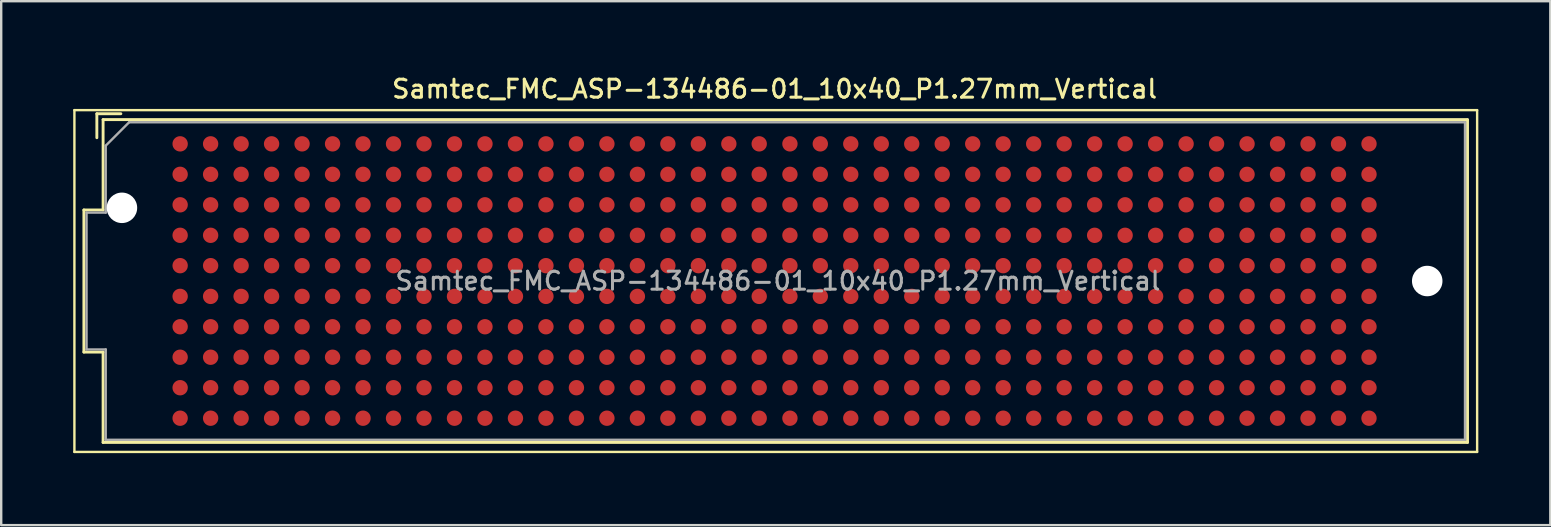
<source format=kicad_pcb>
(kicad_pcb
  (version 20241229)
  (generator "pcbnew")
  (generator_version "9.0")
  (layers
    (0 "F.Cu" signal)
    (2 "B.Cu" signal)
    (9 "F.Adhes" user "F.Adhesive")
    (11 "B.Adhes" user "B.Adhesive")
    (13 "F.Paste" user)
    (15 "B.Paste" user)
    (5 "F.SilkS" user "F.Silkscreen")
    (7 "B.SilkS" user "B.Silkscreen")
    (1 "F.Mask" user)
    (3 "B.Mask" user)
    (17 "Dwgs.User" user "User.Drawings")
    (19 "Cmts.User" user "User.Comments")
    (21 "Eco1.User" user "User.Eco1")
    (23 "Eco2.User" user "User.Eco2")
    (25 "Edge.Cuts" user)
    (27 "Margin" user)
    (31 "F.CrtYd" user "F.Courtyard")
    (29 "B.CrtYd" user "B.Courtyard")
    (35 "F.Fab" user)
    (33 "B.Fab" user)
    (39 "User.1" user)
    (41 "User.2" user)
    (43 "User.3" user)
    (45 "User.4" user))
  (footprint "Samtec_FMC_ASP-134486-01_10x40_P1.27mm_Vertical"
    (layer "F.Cu")
    (at 29.22 8.658)
    (property "Reference" "Samtec_FMC_ASP-134486-01_10x40_P1.27mm_Vertical" (at 0 -8 0) (layer "F.SilkS") (effects (font (size 0.75 0.75) (thickness 0.125))))
    (attr smd)
    (fp_line (start -29.17 -7.12) (end -29.17 7.12) (stroke (width 0.1) (type solid)) (layer "F.SilkS"))
    (fp_line (start -29.17 -7.12) (end 29.27 -7.12) (stroke (width 0.1) (type solid)) (layer "F.SilkS"))
    (fp_line (start -29.17 7.12) (end 29.27 7.12) (stroke (width 0.1) (type solid)) (layer "F.SilkS"))
    (fp_line (start -28.775 -2.96) (end -27.975 -2.96) (stroke (width 0.12) (type solid)) (layer "F.SilkS"))
    (fp_line (start -28.775 2.96) (end -28.775 -2.96) (stroke (width 0.12) (type solid)) (layer "F.SilkS"))
    (fp_line (start -28.235 -6.97) (end -28.235 -5.97) (stroke (width 0.12) (type solid)) (layer "F.SilkS"))
    (fp_line (start -27.975 -6.725) (end 28.865 -6.725) (stroke (width 0.12) (type solid)) (layer "F.SilkS"))
    (fp_line (start -27.975 -2.96) (end -27.975 -6.725) (stroke (width 0.12) (type solid)) (layer "F.SilkS"))
    (fp_line (start -27.975 2.96) (end -28.775 2.96) (stroke (width 0.12) (type solid)) (layer "F.SilkS"))
    (fp_line (start -27.975 6.725) (end -27.975 2.96) (stroke (width 0.12) (type solid)) (layer "F.SilkS"))
    (fp_line (start -27.235 -6.97) (end -28.235 -6.97) (stroke (width 0.12) (type solid)) (layer "F.SilkS"))
    (fp_line (start 28.87 -6.72) (end 28.87 6.72) (stroke (width 0.12) (type solid)) (layer "F.SilkS"))
    (fp_line (start 28.87 6.725) (end -27.975 6.725) (stroke (width 0.12) (type solid)) (layer "F.SilkS"))
    (fp_line (start 29.27 -7.12) (end 29.27 7.12) (stroke (width 0.1) (type solid)) (layer "F.SilkS"))
    (fp_line (start -28.665 -2.85) (end -28.665 2.85) (stroke (width 0.1) (type solid)) (layer "F.Fab"))
    (fp_line (start -27.865 -2.85) (end -28.665 -2.85) (stroke (width 0.1) (type solid)) (layer "F.Fab"))
    (fp_line (start -27.865 -2.85) (end -27.865 -5.63) (stroke (width 0.1) (type solid)) (layer "F.Fab"))
    (fp_line (start -27.865 2.85) (end -28.665 2.85) (stroke (width 0.1) (type solid)) (layer "F.Fab"))
    (fp_line (start -27.865 2.85) (end -27.865 6.615) (stroke (width 0.1) (type solid)) (layer "F.Fab"))
    (fp_line (start -26.885 -6.62) (end -27.865 -5.64) (stroke (width 0.1) (type solid)) (layer "F.Fab"))
    (fp_line (start 28.765 -6.615) (end -26.885 -6.615) (stroke (width 0.1) (type solid)) (layer "F.Fab"))
    (fp_line (start 28.765 -6.615) (end 28.765 6.615) (stroke (width 0.1) (type solid)) (layer "F.Fab"))
    (fp_line (start 28.765 6.615) (end -27.865 6.615) (stroke (width 0.1) (type solid)) (layer "F.Fab"))
    (fp_text user "${REFERENCE}" (at 0.14 0 0) (layer "F.Fab") (effects (font (size 0.75 0.75) (thickness 0.125))))
    (pad "" np_thru_hole circle (at -27.19 -3.05) (size 1.27 1.27) (drill 1.27) (layers "*.Cu" "*.Mask"))
    (pad "" np_thru_hole circle (at 27.191 0) (size 1.27 1.27) (drill 1.27) (layers "*.Cu" "*.Mask"))
    (pad "A1" smd circle (at -24.765 -5.715) (size 0.64 0.64) (layers "F.Cu" "F.Mask" "F.Paste"))
    (pad "A2" smd circle (at -23.495 -5.715) (size 0.64 0.64) (layers "F.Cu" "F.Mask" "F.Paste"))
    (pad "A3" smd circle (at -22.225 -5.715) (size 0.64 0.64) (layers "F.Cu" "F.Mask" "F.Paste"))
    (pad "A4" smd circle (at -20.955 -5.715) (size 0.64 0.64) (layers "F.Cu" "F.Mask" "F.Paste"))
    (pad "A5" smd circle (at -19.685 -5.715) (size 0.64 0.64) (layers "F.Cu" "F.Mask" "F.Paste"))
    (pad "A6" smd circle (at -18.415 -5.715) (size 0.64 0.64) (layers "F.Cu" "F.Mask" "F.Paste"))
    (pad "A7" smd circle (at -17.145 -5.715) (size 0.64 0.64) (layers "F.Cu" "F.Mask" "F.Paste"))
    (pad "A8" smd circle (at -15.875 -5.715) (size 0.64 0.64) (layers "F.Cu" "F.Mask" "F.Paste"))
    (pad "A9" smd circle (at -14.605 -5.715) (size 0.64 0.64) (layers "F.Cu" "F.Mask" "F.Paste"))
    (pad "A10" smd circle (at -13.335 -5.715) (size 0.64 0.64) (layers "F.Cu" "F.Mask" "F.Paste"))
    (pad "A11" smd circle (at -12.065 -5.715) (size 0.64 0.64) (layers "F.Cu" "F.Mask" "F.Paste"))
    (pad "A12" smd circle (at -10.795 -5.715) (size 0.64 0.64) (layers "F.Cu" "F.Mask" "F.Paste"))
    (pad "A13" smd circle (at -9.525 -5.715) (size 0.64 0.64) (layers "F.Cu" "F.Mask" "F.Paste"))
    (pad "A14" smd circle (at -8.255 -5.715) (size 0.64 0.64) (layers "F.Cu" "F.Mask" "F.Paste"))
    (pad "A15" smd circle (at -6.985 -5.715) (size 0.64 0.64) (layers "F.Cu" "F.Mask" "F.Paste"))
    (pad "A16" smd circle (at -5.715 -5.715) (size 0.64 0.64) (layers "F.Cu" "F.Mask" "F.Paste"))
    (pad "A17" smd circle (at -4.445 -5.715) (size 0.64 0.64) (layers "F.Cu" "F.Mask" "F.Paste"))
    (pad "A18" smd circle (at -3.175 -5.715) (size 0.64 0.64) (layers "F.Cu" "F.Mask" "F.Paste"))
    (pad "A19" smd circle (at -1.905 -5.715) (size 0.64 0.64) (layers "F.Cu" "F.Mask" "F.Paste"))
    (pad "A20" smd circle (at -0.64 -5.715) (size 0.64 0.64) (layers "F.Cu" "F.Mask" "F.Paste"))
    (pad "A21" smd circle (at 0.64 -5.715) (size 0.64 0.64) (layers "F.Cu" "F.Mask" "F.Paste"))
    (pad "A22" smd circle (at 1.905 -5.715) (size 0.64 0.64) (layers "F.Cu" "F.Mask" "F.Paste"))
    (pad "A23" smd circle (at 3.175 -5.715) (size 0.64 0.64) (layers "F.Cu" "F.Mask" "F.Paste"))
    (pad "A24" smd circle (at 4.445 -5.715) (size 0.64 0.64) (layers "F.Cu" "F.Mask" "F.Paste"))
    (pad "A25" smd circle (at 5.715 -5.715) (size 0.64 0.64) (layers "F.Cu" "F.Mask" "F.Paste"))
    (pad "A26" smd circle (at 6.985 -5.715) (size 0.64 0.64) (layers "F.Cu" "F.Mask" "F.Paste"))
    (pad "A27" smd circle (at 8.255 -5.715) (size 0.64 0.64) (layers "F.Cu" "F.Mask" "F.Paste"))
    (pad "A28" smd circle (at 9.525 -5.715) (size 0.64 0.64) (layers "F.Cu" "F.Mask" "F.Paste"))
    (pad "A29" smd circle (at 10.795 -5.715) (size 0.64 0.64) (layers "F.Cu" "F.Mask" "F.Paste"))
    (pad "A30" smd circle (at 12.065 -5.715) (size 0.64 0.64) (layers "F.Cu" "F.Mask" "F.Paste"))
    (pad "A31" smd circle (at 13.335 -5.715) (size 0.64 0.64) (layers "F.Cu" "F.Mask" "F.Paste"))
    (pad "A32" smd circle (at 14.605 -5.715) (size 0.64 0.64) (layers "F.Cu" "F.Mask" "F.Paste"))
    (pad "A33" smd circle (at 15.875 -5.715) (size 0.64 0.64) (layers "F.Cu" "F.Mask" "F.Paste"))
    (pad "A34" smd circle (at 17.145 -5.715) (size 0.64 0.64) (layers "F.Cu" "F.Mask" "F.Paste"))
    (pad "A35" smd circle (at 18.415 -5.715) (size 0.64 0.64) (layers "F.Cu" "F.Mask" "F.Paste"))
    (pad "A36" smd circle (at 19.685 -5.715) (size 0.64 0.64) (layers "F.Cu" "F.Mask" "F.Paste"))
    (pad "A37" smd circle (at 20.955 -5.715) (size 0.64 0.64) (layers "F.Cu" "F.Mask" "F.Paste"))
    (pad "A38" smd circle (at 22.225 -5.715) (size 0.64 0.64) (layers "F.Cu" "F.Mask" "F.Paste"))
    (pad "A39" smd circle (at 23.495 -5.715) (size 0.64 0.64) (layers "F.Cu" "F.Mask" "F.Paste"))
    (pad "A40" smd circle (at 24.765 -5.715) (size 0.64 0.64) (layers "F.Cu" "F.Mask" "F.Paste"))
    (pad "B1" smd circle (at -24.765 -4.445) (size 0.64 0.64) (layers "F.Cu" "F.Mask" "F.Paste"))
    (pad "B2" smd circle (at -23.495 -4.445) (size 0.64 0.64) (layers "F.Cu" "F.Mask" "F.Paste"))
    (pad "B3" smd circle (at -22.225 -4.445) (size 0.64 0.64) (layers "F.Cu" "F.Mask" "F.Paste"))
    (pad "B4" smd circle (at -20.955 -4.445) (size 0.64 0.64) (layers "F.Cu" "F.Mask" "F.Paste"))
    (pad "B5" smd circle (at -19.685 -4.445) (size 0.64 0.64) (layers "F.Cu" "F.Mask" "F.Paste"))
    (pad "B6" smd circle (at -18.415 -4.445) (size 0.64 0.64) (layers "F.Cu" "F.Mask" "F.Paste"))
    (pad "B7" smd circle (at -17.145 -4.445) (size 0.64 0.64) (layers "F.Cu" "F.Mask" "F.Paste"))
    (pad "B8" smd circle (at -15.875 -4.445) (size 0.64 0.64) (layers "F.Cu" "F.Mask" "F.Paste"))
    (pad "B9" smd circle (at -14.605 -4.445) (size 0.64 0.64) (layers "F.Cu" "F.Mask" "F.Paste"))
    (pad "B10" smd circle (at -13.335 -4.445) (size 0.64 0.64) (layers "F.Cu" "F.Mask" "F.Paste"))
    (pad "B11" smd circle (at -12.065 -4.445) (size 0.64 0.64) (layers "F.Cu" "F.Mask" "F.Paste"))
    (pad "B12" smd circle (at -10.795 -4.445) (size 0.64 0.64) (layers "F.Cu" "F.Mask" "F.Paste"))
    (pad "B13" smd circle (at -9.525 -4.445) (size 0.64 0.64) (layers "F.Cu" "F.Mask" "F.Paste"))
    (pad "B14" smd circle (at -8.255 -4.445) (size 0.64 0.64) (layers "F.Cu" "F.Mask" "F.Paste"))
    (pad "B15" smd circle (at -6.985 -4.445) (size 0.64 0.64) (layers "F.Cu" "F.Mask" "F.Paste"))
    (pad "B16" smd circle (at -5.715 -4.445) (size 0.64 0.64) (layers "F.Cu" "F.Mask" "F.Paste"))
    (pad "B17" smd circle (at -4.445 -4.445) (size 0.64 0.64) (layers "F.Cu" "F.Mask" "F.Paste"))
    (pad "B18" smd circle (at -3.175 -4.445) (size 0.64 0.64) (layers "F.Cu" "F.Mask" "F.Paste"))
    (pad "B19" smd circle (at -1.905 -4.445) (size 0.64 0.64) (layers "F.Cu" "F.Mask" "F.Paste"))
    (pad "B20" smd circle (at -0.64 -4.445) (size 0.64 0.64) (layers "F.Cu" "F.Mask" "F.Paste"))
    (pad "B21" smd circle (at 0.64 -4.445) (size 0.64 0.64) (layers "F.Cu" "F.Mask" "F.Paste"))
    (pad "B22" smd circle (at 1.905 -4.445) (size 0.64 0.64) (layers "F.Cu" "F.Mask" "F.Paste"))
    (pad "B23" smd circle (at 3.175 -4.445) (size 0.64 0.64) (layers "F.Cu" "F.Mask" "F.Paste"))
    (pad "B24" smd circle (at 4.445 -4.445) (size 0.64 0.64) (layers "F.Cu" "F.Mask" "F.Paste"))
    (pad "B25" smd circle (at 5.715 -4.445) (size 0.64 0.64) (layers "F.Cu" "F.Mask" "F.Paste"))
    (pad "B26" smd circle (at 6.985 -4.445) (size 0.64 0.64) (layers "F.Cu" "F.Mask" "F.Paste"))
    (pad "B27" smd circle (at 8.255 -4.445) (size 0.64 0.64) (layers "F.Cu" "F.Mask" "F.Paste"))
    (pad "B28" smd circle (at 9.525 -4.445) (size 0.64 0.64) (layers "F.Cu" "F.Mask" "F.Paste"))
    (pad "B29" smd circle (at 10.795 -4.445) (size 0.64 0.64) (layers "F.Cu" "F.Mask" "F.Paste"))
    (pad "B30" smd circle (at 12.065 -4.445) (size 0.64 0.64) (layers "F.Cu" "F.Mask" "F.Paste"))
    (pad "B31" smd circle (at 13.335 -4.445) (size 0.64 0.64) (layers "F.Cu" "F.Mask" "F.Paste"))
    (pad "B32" smd circle (at 14.605 -4.445) (size 0.64 0.64) (layers "F.Cu" "F.Mask" "F.Paste"))
    (pad "B33" smd circle (at 15.875 -4.445) (size 0.64 0.64) (layers "F.Cu" "F.Mask" "F.Paste"))
    (pad "B34" smd circle (at 17.145 -4.445) (size 0.64 0.64) (layers "F.Cu" "F.Mask" "F.Paste"))
    (pad "B35" smd circle (at 18.415 -4.445) (size 0.64 0.64) (layers "F.Cu" "F.Mask" "F.Paste"))
    (pad "B36" smd circle (at 19.685 -4.445) (size 0.64 0.64) (layers "F.Cu" "F.Mask" "F.Paste"))
    (pad "B37" smd circle (at 20.955 -4.445) (size 0.64 0.64) (layers "F.Cu" "F.Mask" "F.Paste"))
    (pad "B38" smd circle (at 22.225 -4.445) (size 0.64 0.64) (layers "F.Cu" "F.Mask" "F.Paste"))
    (pad "B39" smd circle (at 23.495 -4.445) (size 0.64 0.64) (layers "F.Cu" "F.Mask" "F.Paste"))
    (pad "B40" smd circle (at 24.765 -4.445) (size 0.64 0.64) (layers "F.Cu" "F.Mask" "F.Paste"))
    (pad "C1" smd circle (at -24.765 -3.175) (size 0.64 0.64) (layers "F.Cu" "F.Mask" "F.Paste"))
    (pad "C2" smd circle (at -23.495 -3.175) (size 0.64 0.64) (layers "F.Cu" "F.Mask" "F.Paste"))
    (pad "C3" smd circle (at -22.225 -3.175) (size 0.64 0.64) (layers "F.Cu" "F.Mask" "F.Paste"))
    (pad "C4" smd circle (at -20.955 -3.175) (size 0.64 0.64) (layers "F.Cu" "F.Mask" "F.Paste"))
    (pad "C5" smd circle (at -19.685 -3.175) (size 0.64 0.64) (layers "F.Cu" "F.Mask" "F.Paste"))
    (pad "C6" smd circle (at -18.415 -3.175) (size 0.64 0.64) (layers "F.Cu" "F.Mask" "F.Paste"))
    (pad "C7" smd circle (at -17.145 -3.175) (size 0.64 0.64) (layers "F.Cu" "F.Mask" "F.Paste"))
    (pad "C8" smd circle (at -15.875 -3.175) (size 0.64 0.64) (layers "F.Cu" "F.Mask" "F.Paste"))
    (pad "C9" smd circle (at -14.605 -3.175) (size 0.64 0.64) (layers "F.Cu" "F.Mask" "F.Paste"))
    (pad "C10" smd circle (at -13.335 -3.175) (size 0.64 0.64) (layers "F.Cu" "F.Mask" "F.Paste"))
    (pad "C11" smd circle (at -12.065 -3.175) (size 0.64 0.64) (layers "F.Cu" "F.Mask" "F.Paste"))
    (pad "C12" smd circle (at -10.795 -3.175) (size 0.64 0.64) (layers "F.Cu" "F.Mask" "F.Paste"))
    (pad "C13" smd circle (at -9.525 -3.175) (size 0.64 0.64) (layers "F.Cu" "F.Mask" "F.Paste"))
    (pad "C14" smd circle (at -8.255 -3.175) (size 0.64 0.64) (layers "F.Cu" "F.Mask" "F.Paste"))
    (pad "C15" smd circle (at -6.985 -3.175) (size 0.64 0.64) (layers "F.Cu" "F.Mask" "F.Paste"))
    (pad "C16" smd circle (at -5.715 -3.175) (size 0.64 0.64) (layers "F.Cu" "F.Mask" "F.Paste"))
    (pad "C17" smd circle (at -4.445 -3.175) (size 0.64 0.64) (layers "F.Cu" "F.Mask" "F.Paste"))
    (pad "C18" smd circle (at -3.175 -3.175) (size 0.64 0.64) (layers "F.Cu" "F.Mask" "F.Paste"))
    (pad "C19" smd circle (at -1.905 -3.175) (size 0.64 0.64) (layers "F.Cu" "F.Mask" "F.Paste"))
    (pad "C20" smd circle (at -0.64 -3.175) (size 0.64 0.64) (layers "F.Cu" "F.Mask" "F.Paste"))
    (pad "C21" smd circle (at 0.64 -3.175) (size 0.64 0.64) (layers "F.Cu" "F.Mask" "F.Paste"))
    (pad "C22" smd circle (at 1.905 -3.175) (size 0.64 0.64) (layers "F.Cu" "F.Mask" "F.Paste"))
    (pad "C23" smd circle (at 3.175 -3.175) (size 0.64 0.64) (layers "F.Cu" "F.Mask" "F.Paste"))
    (pad "C24" smd circle (at 4.445 -3.175) (size 0.64 0.64) (layers "F.Cu" "F.Mask" "F.Paste"))
    (pad "C25" smd circle (at 5.715 -3.175) (size 0.64 0.64) (layers "F.Cu" "F.Mask" "F.Paste"))
    (pad "C26" smd circle (at 6.985 -3.175) (size 0.64 0.64) (layers "F.Cu" "F.Mask" "F.Paste"))
    (pad "C27" smd circle (at 8.255 -3.175) (size 0.64 0.64) (layers "F.Cu" "F.Mask" "F.Paste"))
    (pad "C28" smd circle (at 9.525 -3.175) (size 0.64 0.64) (layers "F.Cu" "F.Mask" "F.Paste"))
    (pad "C29" smd circle (at 10.795 -3.175) (size 0.64 0.64) (layers "F.Cu" "F.Mask" "F.Paste"))
    (pad "C30" smd circle (at 12.065 -3.175) (size 0.64 0.64) (layers "F.Cu" "F.Mask" "F.Paste"))
    (pad "C31" smd circle (at 13.335 -3.175) (size 0.64 0.64) (layers "F.Cu" "F.Mask" "F.Paste"))
    (pad "C32" smd circle (at 14.605 -3.175) (size 0.64 0.64) (layers "F.Cu" "F.Mask" "F.Paste"))
    (pad "C33" smd circle (at 15.875 -3.175) (size 0.64 0.64) (layers "F.Cu" "F.Mask" "F.Paste"))
    (pad "C34" smd circle (at 17.145 -3.175) (size 0.64 0.64) (layers "F.Cu" "F.Mask" "F.Paste"))
    (pad "C35" smd circle (at 18.415 -3.175) (size 0.64 0.64) (layers "F.Cu" "F.Mask" "F.Paste"))
    (pad "C36" smd circle (at 19.685 -3.175) (size 0.64 0.64) (layers "F.Cu" "F.Mask" "F.Paste"))
    (pad "C37" smd circle (at 20.955 -3.175) (size 0.64 0.64) (layers "F.Cu" "F.Mask" "F.Paste"))
    (pad "C38" smd circle (at 22.225 -3.175) (size 0.64 0.64) (layers "F.Cu" "F.Mask" "F.Paste"))
    (pad "C39" smd circle (at 23.495 -3.175) (size 0.64 0.64) (layers "F.Cu" "F.Mask" "F.Paste"))
    (pad "C40" smd circle (at 24.765 -3.175) (size 0.64 0.64) (layers "F.Cu" "F.Mask" "F.Paste"))
    (pad "D1" smd circle (at -24.765 -1.905) (size 0.64 0.64) (layers "F.Cu" "F.Mask" "F.Paste"))
    (pad "D2" smd circle (at -23.495 -1.905) (size 0.64 0.64) (layers "F.Cu" "F.Mask" "F.Paste"))
    (pad "D3" smd circle (at -22.225 -1.905) (size 0.64 0.64) (layers "F.Cu" "F.Mask" "F.Paste"))
    (pad "D4" smd circle (at -20.955 -1.905) (size 0.64 0.64) (layers "F.Cu" "F.Mask" "F.Paste"))
    (pad "D5" smd circle (at -19.685 -1.905) (size 0.64 0.64) (layers "F.Cu" "F.Mask" "F.Paste"))
    (pad "D6" smd circle (at -18.415 -1.905) (size 0.64 0.64) (layers "F.Cu" "F.Mask" "F.Paste"))
    (pad "D7" smd circle (at -17.145 -1.905) (size 0.64 0.64) (layers "F.Cu" "F.Mask" "F.Paste"))
    (pad "D8" smd circle (at -15.875 -1.905) (size 0.64 0.64) (layers "F.Cu" "F.Mask" "F.Paste"))
    (pad "D9" smd circle (at -14.605 -1.905) (size 0.64 0.64) (layers "F.Cu" "F.Mask" "F.Paste"))
    (pad "D10" smd circle (at -13.335 -1.905) (size 0.64 0.64) (layers "F.Cu" "F.Mask" "F.Paste"))
    (pad "D11" smd circle (at -12.065 -1.905) (size 0.64 0.64) (layers "F.Cu" "F.Mask" "F.Paste"))
    (pad "D12" smd circle (at -10.795 -1.905) (size 0.64 0.64) (layers "F.Cu" "F.Mask" "F.Paste"))
    (pad "D13" smd circle (at -9.525 -1.905) (size 0.64 0.64) (layers "F.Cu" "F.Mask" "F.Paste"))
    (pad "D14" smd circle (at -8.255 -1.905) (size 0.64 0.64) (layers "F.Cu" "F.Mask" "F.Paste"))
    (pad "D15" smd circle (at -6.985 -1.905) (size 0.64 0.64) (layers "F.Cu" "F.Mask" "F.Paste"))
    (pad "D16" smd circle (at -5.715 -1.905) (size 0.64 0.64) (layers "F.Cu" "F.Mask" "F.Paste"))
    (pad "D17" smd circle (at -4.445 -1.905) (size 0.64 0.64) (layers "F.Cu" "F.Mask" "F.Paste"))
    (pad "D18" smd circle (at -3.175 -1.905) (size 0.64 0.64) (layers "F.Cu" "F.Mask" "F.Paste"))
    (pad "D19" smd circle (at -1.905 -1.905) (size 0.64 0.64) (layers "F.Cu" "F.Mask" "F.Paste"))
    (pad "D20" smd circle (at -0.64 -1.905) (size 0.64 0.64) (layers "F.Cu" "F.Mask" "F.Paste"))
    (pad "D21" smd circle (at 0.64 -1.905) (size 0.64 0.64) (layers "F.Cu" "F.Mask" "F.Paste"))
    (pad "D22" smd circle (at 1.905 -1.905) (size 0.64 0.64) (layers "F.Cu" "F.Mask" "F.Paste"))
    (pad "D23" smd circle (at 3.175 -1.905) (size 0.64 0.64) (layers "F.Cu" "F.Mask" "F.Paste"))
    (pad "D24" smd circle (at 4.445 -1.905) (size 0.64 0.64) (layers "F.Cu" "F.Mask" "F.Paste"))
    (pad "D25" smd circle (at 5.715 -1.905) (size 0.64 0.64) (layers "F.Cu" "F.Mask" "F.Paste"))
    (pad "D26" smd circle (at 6.985 -1.905) (size 0.64 0.64) (layers "F.Cu" "F.Mask" "F.Paste"))
    (pad "D27" smd circle (at 8.255 -1.905) (size 0.64 0.64) (layers "F.Cu" "F.Mask" "F.Paste"))
    (pad "D28" smd circle (at 9.525 -1.905) (size 0.64 0.64) (layers "F.Cu" "F.Mask" "F.Paste"))
    (pad "D29" smd circle (at 10.795 -1.905) (size 0.64 0.64) (layers "F.Cu" "F.Mask" "F.Paste"))
    (pad "D30" smd circle (at 12.065 -1.905) (size 0.64 0.64) (layers "F.Cu" "F.Mask" "F.Paste"))
    (pad "D31" smd circle (at 13.335 -1.905) (size 0.64 0.64) (layers "F.Cu" "F.Mask" "F.Paste"))
    (pad "D32" smd circle (at 14.605 -1.905) (size 0.64 0.64) (layers "F.Cu" "F.Mask" "F.Paste"))
    (pad "D33" smd circle (at 15.875 -1.905) (size 0.64 0.64) (layers "F.Cu" "F.Mask" "F.Paste"))
    (pad "D34" smd circle (at 17.145 -1.905) (size 0.64 0.64) (layers "F.Cu" "F.Mask" "F.Paste"))
    (pad "D35" smd circle (at 18.415 -1.905) (size 0.64 0.64) (layers "F.Cu" "F.Mask" "F.Paste"))
    (pad "D36" smd circle (at 19.685 -1.905) (size 0.64 0.64) (layers "F.Cu" "F.Mask" "F.Paste"))
    (pad "D37" smd circle (at 20.955 -1.905) (size 0.64 0.64) (layers "F.Cu" "F.Mask" "F.Paste"))
    (pad "D38" smd circle (at 22.225 -1.905) (size 0.64 0.64) (layers "F.Cu" "F.Mask" "F.Paste"))
    (pad "D39" smd circle (at 23.495 -1.905) (size 0.64 0.64) (layers "F.Cu" "F.Mask" "F.Paste"))
    (pad "D40" smd circle (at 24.765 -1.905) (size 0.64 0.64) (layers "F.Cu" "F.Mask" "F.Paste"))
    (pad "E1" smd circle (at -24.765 -0.64) (size 0.64 0.64) (layers "F.Cu" "F.Mask" "F.Paste"))
    (pad "E2" smd circle (at -23.495 -0.64) (size 0.64 0.64) (layers "F.Cu" "F.Mask" "F.Paste"))
    (pad "E3" smd circle (at -22.225 -0.64) (size 0.64 0.64) (layers "F.Cu" "F.Mask" "F.Paste"))
    (pad "E4" smd circle (at -20.955 -0.64) (size 0.64 0.64) (layers "F.Cu" "F.Mask" "F.Paste"))
    (pad "E5" smd circle (at -19.685 -0.64) (size 0.64 0.64) (layers "F.Cu" "F.Mask" "F.Paste"))
    (pad "E6" smd circle (at -18.415 -0.64) (size 0.64 0.64) (layers "F.Cu" "F.Mask" "F.Paste"))
    (pad "E7" smd circle (at -17.145 -0.64) (size 0.64 0.64) (layers "F.Cu" "F.Mask" "F.Paste"))
    (pad "E8" smd circle (at -15.875 -0.64) (size 0.64 0.64) (layers "F.Cu" "F.Mask" "F.Paste"))
    (pad "E9" smd circle (at -14.605 -0.64) (size 0.64 0.64) (layers "F.Cu" "F.Mask" "F.Paste"))
    (pad "E10" smd circle (at -13.335 -0.64) (size 0.64 0.64) (layers "F.Cu" "F.Mask" "F.Paste"))
    (pad "E11" smd circle (at -12.065 -0.64) (size 0.64 0.64) (layers "F.Cu" "F.Mask" "F.Paste"))
    (pad "E12" smd circle (at -10.795 -0.64) (size 0.64 0.64) (layers "F.Cu" "F.Mask" "F.Paste"))
    (pad "E13" smd circle (at -9.525 -0.64) (size 0.64 0.64) (layers "F.Cu" "F.Mask" "F.Paste"))
    (pad "E14" smd circle (at -8.255 -0.64) (size 0.64 0.64) (layers "F.Cu" "F.Mask" "F.Paste"))
    (pad "E15" smd circle (at -6.985 -0.64) (size 0.64 0.64) (layers "F.Cu" "F.Mask" "F.Paste"))
    (pad "E16" smd circle (at -5.715 -0.64) (size 0.64 0.64) (layers "F.Cu" "F.Mask" "F.Paste"))
    (pad "E17" smd circle (at -4.445 -0.64) (size 0.64 0.64) (layers "F.Cu" "F.Mask" "F.Paste"))
    (pad "E18" smd circle (at -3.175 -0.64) (size 0.64 0.64) (layers "F.Cu" "F.Mask" "F.Paste"))
    (pad "E19" smd circle (at -1.905 -0.64) (size 0.64 0.64) (layers "F.Cu" "F.Mask" "F.Paste"))
    (pad "E20" smd circle (at -0.64 -0.64) (size 0.64 0.64) (layers "F.Cu" "F.Mask" "F.Paste"))
    (pad "E21" smd circle (at 0.64 -0.64) (size 0.64 0.64) (layers "F.Cu" "F.Mask" "F.Paste"))
    (pad "E22" smd circle (at 1.905 -0.64) (size 0.64 0.64) (layers "F.Cu" "F.Mask" "F.Paste"))
    (pad "E23" smd circle (at 3.175 -0.64) (size 0.64 0.64) (layers "F.Cu" "F.Mask" "F.Paste"))
    (pad "E24" smd circle (at 4.445 -0.64) (size 0.64 0.64) (layers "F.Cu" "F.Mask" "F.Paste"))
    (pad "E25" smd circle (at 5.715 -0.64) (size 0.64 0.64) (layers "F.Cu" "F.Mask" "F.Paste"))
    (pad "E26" smd circle (at 6.985 -0.64) (size 0.64 0.64) (layers "F.Cu" "F.Mask" "F.Paste"))
    (pad "E27" smd circle (at 8.255 -0.64) (size 0.64 0.64) (layers "F.Cu" "F.Mask" "F.Paste"))
    (pad "E28" smd circle (at 9.525 -0.64) (size 0.64 0.64) (layers "F.Cu" "F.Mask" "F.Paste"))
    (pad "E29" smd circle (at 10.795 -0.64) (size 0.64 0.64) (layers "F.Cu" "F.Mask" "F.Paste"))
    (pad "E30" smd circle (at 12.065 -0.64) (size 0.64 0.64) (layers "F.Cu" "F.Mask" "F.Paste"))
    (pad "E31" smd circle (at 13.335 -0.64) (size 0.64 0.64) (layers "F.Cu" "F.Mask" "F.Paste"))
    (pad "E32" smd circle (at 14.605 -0.64) (size 0.64 0.64) (layers "F.Cu" "F.Mask" "F.Paste"))
    (pad "E33" smd circle (at 15.875 -0.64) (size 0.64 0.64) (layers "F.Cu" "F.Mask" "F.Paste"))
    (pad "E34" smd circle (at 17.145 -0.64) (size 0.64 0.64) (layers "F.Cu" "F.Mask" "F.Paste"))
    (pad "E35" smd circle (at 18.415 -0.64) (size 0.64 0.64) (layers "F.Cu" "F.Mask" "F.Paste"))
    (pad "E36" smd circle (at 19.685 -0.64) (size 0.64 0.64) (layers "F.Cu" "F.Mask" "F.Paste"))
    (pad "E37" smd circle (at 20.955 -0.64) (size 0.64 0.64) (layers "F.Cu" "F.Mask" "F.Paste"))
    (pad "E38" smd circle (at 22.225 -0.64) (size 0.64 0.64) (layers "F.Cu" "F.Mask" "F.Paste"))
    (pad "E39" smd circle (at 23.495 -0.64) (size 0.64 0.64) (layers "F.Cu" "F.Mask" "F.Paste"))
    (pad "E40" smd circle (at 24.765 -0.64) (size 0.64 0.64) (layers "F.Cu" "F.Mask" "F.Paste"))
    (pad "F1" smd circle (at -24.765 0.64) (size 0.64 0.64) (layers "F.Cu" "F.Mask" "F.Paste"))
    (pad "F2" smd circle (at -23.495 0.64) (size 0.64 0.64) (layers "F.Cu" "F.Mask" "F.Paste"))
    (pad "F3" smd circle (at -22.225 0.64) (size 0.64 0.64) (layers "F.Cu" "F.Mask" "F.Paste"))
    (pad "F4" smd circle (at -20.955 0.64) (size 0.64 0.64) (layers "F.Cu" "F.Mask" "F.Paste"))
    (pad "F5" smd circle (at -19.685 0.64) (size 0.64 0.64) (layers "F.Cu" "F.Mask" "F.Paste"))
    (pad "F6" smd circle (at -18.415 0.64) (size 0.64 0.64) (layers "F.Cu" "F.Mask" "F.Paste"))
    (pad "F7" smd circle (at -17.145 0.64) (size 0.64 0.64) (layers "F.Cu" "F.Mask" "F.Paste"))
    (pad "F8" smd circle (at -15.875 0.64) (size 0.64 0.64) (layers "F.Cu" "F.Mask" "F.Paste"))
    (pad "F9" smd circle (at -14.605 0.64) (size 0.64 0.64) (layers "F.Cu" "F.Mask" "F.Paste"))
    (pad "F10" smd circle (at -13.335 0.64) (size 0.64 0.64) (layers "F.Cu" "F.Mask" "F.Paste"))
    (pad "F11" smd circle (at -12.065 0.64) (size 0.64 0.64) (layers "F.Cu" "F.Mask" "F.Paste"))
    (pad "F12" smd circle (at -10.795 0.64) (size 0.64 0.64) (layers "F.Cu" "F.Mask" "F.Paste"))
    (pad "F13" smd circle (at -9.525 0.64) (size 0.64 0.64) (layers "F.Cu" "F.Mask" "F.Paste"))
    (pad "F14" smd circle (at -8.255 0.64) (size 0.64 0.64) (layers "F.Cu" "F.Mask" "F.Paste"))
    (pad "F15" smd circle (at -6.985 0.64) (size 0.64 0.64) (layers "F.Cu" "F.Mask" "F.Paste"))
    (pad "F16" smd circle (at -5.715 0.64) (size 0.64 0.64) (layers "F.Cu" "F.Mask" "F.Paste"))
    (pad "F17" smd circle (at -4.445 0.64) (size 0.64 0.64) (layers "F.Cu" "F.Mask" "F.Paste"))
    (pad "F18" smd circle (at -3.175 0.64) (size 0.64 0.64) (layers "F.Cu" "F.Mask" "F.Paste"))
    (pad "F19" smd circle (at -1.905 0.64) (size 0.64 0.64) (layers "F.Cu" "F.Mask" "F.Paste"))
    (pad "F20" smd circle (at -0.64 0.64) (size 0.64 0.64) (layers "F.Cu" "F.Mask" "F.Paste"))
    (pad "F21" smd circle (at 0.64 0.64) (size 0.64 0.64) (layers "F.Cu" "F.Mask" "F.Paste"))
    (pad "F22" smd circle (at 1.905 0.64) (size 0.64 0.64) (layers "F.Cu" "F.Mask" "F.Paste"))
    (pad "F23" smd circle (at 3.175 0.64) (size 0.64 0.64) (layers "F.Cu" "F.Mask" "F.Paste"))
    (pad "F24" smd circle (at 4.445 0.64) (size 0.64 0.64) (layers "F.Cu" "F.Mask" "F.Paste"))
    (pad "F25" smd circle (at 5.715 0.64) (size 0.64 0.64) (layers "F.Cu" "F.Mask" "F.Paste"))
    (pad "F26" smd circle (at 6.985 0.64) (size 0.64 0.64) (layers "F.Cu" "F.Mask" "F.Paste"))
    (pad "F27" smd circle (at 8.255 0.64) (size 0.64 0.64) (layers "F.Cu" "F.Mask" "F.Paste"))
    (pad "F28" smd circle (at 9.525 0.64) (size 0.64 0.64) (layers "F.Cu" "F.Mask" "F.Paste"))
    (pad "F29" smd circle (at 10.795 0.64) (size 0.64 0.64) (layers "F.Cu" "F.Mask" "F.Paste"))
    (pad "F30" smd circle (at 12.065 0.64) (size 0.64 0.64) (layers "F.Cu" "F.Mask" "F.Paste"))
    (pad "F31" smd circle (at 13.335 0.64) (size 0.64 0.64) (layers "F.Cu" "F.Mask" "F.Paste"))
    (pad "F32" smd circle (at 14.605 0.64) (size 0.64 0.64) (layers "F.Cu" "F.Mask" "F.Paste"))
    (pad "F33" smd circle (at 15.875 0.64) (size 0.64 0.64) (layers "F.Cu" "F.Mask" "F.Paste"))
    (pad "F34" smd circle (at 17.145 0.64) (size 0.64 0.64) (layers "F.Cu" "F.Mask" "F.Paste"))
    (pad "F35" smd circle (at 18.415 0.64) (size 0.64 0.64) (layers "F.Cu" "F.Mask" "F.Paste"))
    (pad "F36" smd circle (at 19.685 0.64) (size 0.64 0.64) (layers "F.Cu" "F.Mask" "F.Paste"))
    (pad "F37" smd circle (at 20.955 0.64) (size 0.64 0.64) (layers "F.Cu" "F.Mask" "F.Paste"))
    (pad "F38" smd circle (at 22.225 0.64) (size 0.64 0.64) (layers "F.Cu" "F.Mask" "F.Paste"))
    (pad "F39" smd circle (at 23.495 0.64) (size 0.64 0.64) (layers "F.Cu" "F.Mask" "F.Paste"))
    (pad "F40" smd circle (at 24.765 0.64) (size 0.64 0.64) (layers "F.Cu" "F.Mask" "F.Paste"))
    (pad "G1" smd circle (at -24.765 1.905) (size 0.64 0.64) (layers "F.Cu" "F.Mask" "F.Paste"))
    (pad "G2" smd circle (at -23.495 1.905) (size 0.64 0.64) (layers "F.Cu" "F.Mask" "F.Paste"))
    (pad "G3" smd circle (at -22.225 1.905) (size 0.64 0.64) (layers "F.Cu" "F.Mask" "F.Paste"))
    (pad "G4" smd circle (at -20.955 1.905) (size 0.64 0.64) (layers "F.Cu" "F.Mask" "F.Paste"))
    (pad "G5" smd circle (at -19.685 1.905) (size 0.64 0.64) (layers "F.Cu" "F.Mask" "F.Paste"))
    (pad "G6" smd circle (at -18.415 1.905) (size 0.64 0.64) (layers "F.Cu" "F.Mask" "F.Paste"))
    (pad "G7" smd circle (at -17.145 1.905) (size 0.64 0.64) (layers "F.Cu" "F.Mask" "F.Paste"))
    (pad "G8" smd circle (at -15.875 1.905) (size 0.64 0.64) (layers "F.Cu" "F.Mask" "F.Paste"))
    (pad "G9" smd circle (at -14.605 1.905) (size 0.64 0.64) (layers "F.Cu" "F.Mask" "F.Paste"))
    (pad "G10" smd circle (at -13.335 1.905) (size 0.64 0.64) (layers "F.Cu" "F.Mask" "F.Paste"))
    (pad "G11" smd circle (at -12.065 1.905) (size 0.64 0.64) (layers "F.Cu" "F.Mask" "F.Paste"))
    (pad "G12" smd circle (at -10.795 1.905) (size 0.64 0.64) (layers "F.Cu" "F.Mask" "F.Paste"))
    (pad "G13" smd circle (at -9.525 1.905) (size 0.64 0.64) (layers "F.Cu" "F.Mask" "F.Paste"))
    (pad "G14" smd circle (at -8.255 1.905) (size 0.64 0.64) (layers "F.Cu" "F.Mask" "F.Paste"))
    (pad "G15" smd circle (at -6.985 1.905) (size 0.64 0.64) (layers "F.Cu" "F.Mask" "F.Paste"))
    (pad "G16" smd circle (at -5.715 1.905) (size 0.64 0.64) (layers "F.Cu" "F.Mask" "F.Paste"))
    (pad "G17" smd circle (at -4.445 1.905) (size 0.64 0.64) (layers "F.Cu" "F.Mask" "F.Paste"))
    (pad "G18" smd circle (at -3.175 1.905) (size 0.64 0.64) (layers "F.Cu" "F.Mask" "F.Paste"))
    (pad "G19" smd circle (at -1.905 1.905) (size 0.64 0.64) (layers "F.Cu" "F.Mask" "F.Paste"))
    (pad "G20" smd circle (at -0.64 1.905) (size 0.64 0.64) (layers "F.Cu" "F.Mask" "F.Paste"))
    (pad "G21" smd circle (at 0.64 1.905) (size 0.64 0.64) (layers "F.Cu" "F.Mask" "F.Paste"))
    (pad "G22" smd circle (at 1.905 1.905) (size 0.64 0.64) (layers "F.Cu" "F.Mask" "F.Paste"))
    (pad "G23" smd circle (at 3.175 1.905) (size 0.64 0.64) (layers "F.Cu" "F.Mask" "F.Paste"))
    (pad "G24" smd circle (at 4.445 1.905) (size 0.64 0.64) (layers "F.Cu" "F.Mask" "F.Paste"))
    (pad "G25" smd circle (at 5.715 1.905) (size 0.64 0.64) (layers "F.Cu" "F.Mask" "F.Paste"))
    (pad "G26" smd circle (at 6.985 1.905) (size 0.64 0.64) (layers "F.Cu" "F.Mask" "F.Paste"))
    (pad "G27" smd circle (at 8.255 1.905) (size 0.64 0.64) (layers "F.Cu" "F.Mask" "F.Paste"))
    (pad "G28" smd circle (at 9.525 1.905) (size 0.64 0.64) (layers "F.Cu" "F.Mask" "F.Paste"))
    (pad "G29" smd circle (at 10.795 1.905) (size 0.64 0.64) (layers "F.Cu" "F.Mask" "F.Paste"))
    (pad "G30" smd circle (at 12.065 1.905) (size 0.64 0.64) (layers "F.Cu" "F.Mask" "F.Paste"))
    (pad "G31" smd circle (at 13.335 1.905) (size 0.64 0.64) (layers "F.Cu" "F.Mask" "F.Paste"))
    (pad "G32" smd circle (at 14.605 1.905) (size 0.64 0.64) (layers "F.Cu" "F.Mask" "F.Paste"))
    (pad "G33" smd circle (at 15.875 1.905) (size 0.64 0.64) (layers "F.Cu" "F.Mask" "F.Paste"))
    (pad "G34" smd circle (at 17.145 1.905) (size 0.64 0.64) (layers "F.Cu" "F.Mask" "F.Paste"))
    (pad "G35" smd circle (at 18.415 1.905) (size 0.64 0.64) (layers "F.Cu" "F.Mask" "F.Paste"))
    (pad "G36" smd circle (at 19.685 1.905) (size 0.64 0.64) (layers "F.Cu" "F.Mask" "F.Paste"))
    (pad "G37" smd circle (at 20.955 1.905) (size 0.64 0.64) (layers "F.Cu" "F.Mask" "F.Paste"))
    (pad "G38" smd circle (at 22.225 1.905) (size 0.64 0.64) (layers "F.Cu" "F.Mask" "F.Paste"))
    (pad "G39" smd circle (at 23.495 1.905) (size 0.64 0.64) (layers "F.Cu" "F.Mask" "F.Paste"))
    (pad "G40" smd circle (at 24.765 1.905) (size 0.64 0.64) (layers "F.Cu" "F.Mask" "F.Paste"))
    (pad "H1" smd circle (at -24.765 3.175) (size 0.64 0.64) (layers "F.Cu" "F.Mask" "F.Paste"))
    (pad "H2" smd circle (at -23.495 3.175) (size 0.64 0.64) (layers "F.Cu" "F.Mask" "F.Paste"))
    (pad "H3" smd circle (at -22.225 3.175) (size 0.64 0.64) (layers "F.Cu" "F.Mask" "F.Paste"))
    (pad "H4" smd circle (at -20.955 3.175) (size 0.64 0.64) (layers "F.Cu" "F.Mask" "F.Paste"))
    (pad "H5" smd circle (at -19.685 3.175) (size 0.64 0.64) (layers "F.Cu" "F.Mask" "F.Paste"))
    (pad "H6" smd circle (at -18.415 3.175) (size 0.64 0.64) (layers "F.Cu" "F.Mask" "F.Paste"))
    (pad "H7" smd circle (at -17.145 3.175) (size 0.64 0.64) (layers "F.Cu" "F.Mask" "F.Paste"))
    (pad "H8" smd circle (at -15.875 3.175) (size 0.64 0.64) (layers "F.Cu" "F.Mask" "F.Paste"))
    (pad "H9" smd circle (at -14.605 3.175) (size 0.64 0.64) (layers "F.Cu" "F.Mask" "F.Paste"))
    (pad "H10" smd circle (at -13.335 3.175) (size 0.64 0.64) (layers "F.Cu" "F.Mask" "F.Paste"))
    (pad "H11" smd circle (at -12.065 3.175) (size 0.64 0.64) (layers "F.Cu" "F.Mask" "F.Paste"))
    (pad "H12" smd circle (at -10.795 3.175) (size 0.64 0.64) (layers "F.Cu" "F.Mask" "F.Paste"))
    (pad "H13" smd circle (at -9.525 3.175) (size 0.64 0.64) (layers "F.Cu" "F.Mask" "F.Paste"))
    (pad "H14" smd circle (at -8.255 3.175) (size 0.64 0.64) (layers "F.Cu" "F.Mask" "F.Paste"))
    (pad "H15" smd circle (at -6.985 3.175) (size 0.64 0.64) (layers "F.Cu" "F.Mask" "F.Paste"))
    (pad "H16" smd circle (at -5.715 3.175) (size 0.64 0.64) (layers "F.Cu" "F.Mask" "F.Paste"))
    (pad "H17" smd circle (at -4.445 3.175) (size 0.64 0.64) (layers "F.Cu" "F.Mask" "F.Paste"))
    (pad "H18" smd circle (at -3.175 3.175) (size 0.64 0.64) (layers "F.Cu" "F.Mask" "F.Paste"))
    (pad "H19" smd circle (at -1.905 3.175) (size 0.64 0.64) (layers "F.Cu" "F.Mask" "F.Paste"))
    (pad "H20" smd circle (at -0.64 3.175) (size 0.64 0.64) (layers "F.Cu" "F.Mask" "F.Paste"))
    (pad "H21" smd circle (at 0.64 3.175) (size 0.64 0.64) (layers "F.Cu" "F.Mask" "F.Paste"))
    (pad "H22" smd circle (at 1.905 3.175) (size 0.64 0.64) (layers "F.Cu" "F.Mask" "F.Paste"))
    (pad "H23" smd circle (at 3.175 3.175) (size 0.64 0.64) (layers "F.Cu" "F.Mask" "F.Paste"))
    (pad "H24" smd circle (at 4.445 3.175) (size 0.64 0.64) (layers "F.Cu" "F.Mask" "F.Paste"))
    (pad "H25" smd circle (at 5.715 3.175) (size 0.64 0.64) (layers "F.Cu" "F.Mask" "F.Paste"))
    (pad "H26" smd circle (at 6.985 3.175) (size 0.64 0.64) (layers "F.Cu" "F.Mask" "F.Paste"))
    (pad "H27" smd circle (at 8.255 3.175) (size 0.64 0.64) (layers "F.Cu" "F.Mask" "F.Paste"))
    (pad "H28" smd circle (at 9.525 3.175) (size 0.64 0.64) (layers "F.Cu" "F.Mask" "F.Paste"))
    (pad "H29" smd circle (at 10.795 3.175) (size 0.64 0.64) (layers "F.Cu" "F.Mask" "F.Paste"))
    (pad "H30" smd circle (at 12.065 3.175) (size 0.64 0.64) (layers "F.Cu" "F.Mask" "F.Paste"))
    (pad "H31" smd circle (at 13.335 3.175) (size 0.64 0.64) (layers "F.Cu" "F.Mask" "F.Paste"))
    (pad "H32" smd circle (at 14.605 3.175) (size 0.64 0.64) (layers "F.Cu" "F.Mask" "F.Paste"))
    (pad "H33" smd circle (at 15.875 3.175) (size 0.64 0.64) (layers "F.Cu" "F.Mask" "F.Paste"))
    (pad "H34" smd circle (at 17.145 3.175) (size 0.64 0.64) (layers "F.Cu" "F.Mask" "F.Paste"))
    (pad "H35" smd circle (at 18.415 3.175) (size 0.64 0.64) (layers "F.Cu" "F.Mask" "F.Paste"))
    (pad "H36" smd circle (at 19.685 3.175) (size 0.64 0.64) (layers "F.Cu" "F.Mask" "F.Paste"))
    (pad "H37" smd circle (at 20.955 3.175) (size 0.64 0.64) (layers "F.Cu" "F.Mask" "F.Paste"))
    (pad "H38" smd circle (at 22.225 3.175) (size 0.64 0.64) (layers "F.Cu" "F.Mask" "F.Paste"))
    (pad "H39" smd circle (at 23.495 3.175) (size 0.64 0.64) (layers "F.Cu" "F.Mask" "F.Paste"))
    (pad "H40" smd circle (at 24.765 3.175) (size 0.64 0.64) (layers "F.Cu" "F.Mask" "F.Paste"))
    (pad "J1" smd circle (at -24.765 4.445) (size 0.64 0.64) (layers "F.Cu" "F.Mask" "F.Paste"))
    (pad "J2" smd circle (at -23.495 4.445) (size 0.64 0.64) (layers "F.Cu" "F.Mask" "F.Paste"))
    (pad "J3" smd circle (at -22.225 4.445) (size 0.64 0.64) (layers "F.Cu" "F.Mask" "F.Paste"))
    (pad "J4" smd circle (at -20.955 4.445) (size 0.64 0.64) (layers "F.Cu" "F.Mask" "F.Paste"))
    (pad "J5" smd circle (at -19.685 4.445) (size 0.64 0.64) (layers "F.Cu" "F.Mask" "F.Paste"))
    (pad "J6" smd circle (at -18.415 4.445) (size 0.64 0.64) (layers "F.Cu" "F.Mask" "F.Paste"))
    (pad "J7" smd circle (at -17.145 4.445) (size 0.64 0.64) (layers "F.Cu" "F.Mask" "F.Paste"))
    (pad "J8" smd circle (at -15.875 4.445) (size 0.64 0.64) (layers "F.Cu" "F.Mask" "F.Paste"))
    (pad "J9" smd circle (at -14.605 4.445) (size 0.64 0.64) (layers "F.Cu" "F.Mask" "F.Paste"))
    (pad "J10" smd circle (at -13.335 4.445) (size 0.64 0.64) (layers "F.Cu" "F.Mask" "F.Paste"))
    (pad "J11" smd circle (at -12.065 4.445) (size 0.64 0.64) (layers "F.Cu" "F.Mask" "F.Paste"))
    (pad "J12" smd circle (at -10.795 4.445) (size 0.64 0.64) (layers "F.Cu" "F.Mask" "F.Paste"))
    (pad "J13" smd circle (at -9.525 4.445) (size 0.64 0.64) (layers "F.Cu" "F.Mask" "F.Paste"))
    (pad "J14" smd circle (at -8.255 4.445) (size 0.64 0.64) (layers "F.Cu" "F.Mask" "F.Paste"))
    (pad "J15" smd circle (at -6.985 4.445) (size 0.64 0.64) (layers "F.Cu" "F.Mask" "F.Paste"))
    (pad "J16" smd circle (at -5.715 4.445) (size 0.64 0.64) (layers "F.Cu" "F.Mask" "F.Paste"))
    (pad "J17" smd circle (at -4.445 4.445) (size 0.64 0.64) (layers "F.Cu" "F.Mask" "F.Paste"))
    (pad "J18" smd circle (at -3.175 4.445) (size 0.64 0.64) (layers "F.Cu" "F.Mask" "F.Paste"))
    (pad "J19" smd circle (at -1.905 4.445) (size 0.64 0.64) (layers "F.Cu" "F.Mask" "F.Paste"))
    (pad "J20" smd circle (at -0.64 4.445) (size 0.64 0.64) (layers "F.Cu" "F.Mask" "F.Paste"))
    (pad "J21" smd circle (at 0.64 4.445) (size 0.64 0.64) (layers "F.Cu" "F.Mask" "F.Paste"))
    (pad "J22" smd circle (at 1.905 4.445) (size 0.64 0.64) (layers "F.Cu" "F.Mask" "F.Paste"))
    (pad "J23" smd circle (at 3.175 4.445) (size 0.64 0.64) (layers "F.Cu" "F.Mask" "F.Paste"))
    (pad "J24" smd circle (at 4.445 4.445) (size 0.64 0.64) (layers "F.Cu" "F.Mask" "F.Paste"))
    (pad "J25" smd circle (at 5.715 4.445) (size 0.64 0.64) (layers "F.Cu" "F.Mask" "F.Paste"))
    (pad "J26" smd circle (at 6.985 4.445) (size 0.64 0.64) (layers "F.Cu" "F.Mask" "F.Paste"))
    (pad "J27" smd circle (at 8.255 4.445) (size 0.64 0.64) (layers "F.Cu" "F.Mask" "F.Paste"))
    (pad "J28" smd circle (at 9.525 4.445) (size 0.64 0.64) (layers "F.Cu" "F.Mask" "F.Paste"))
    (pad "J29" smd circle (at 10.795 4.445) (size 0.64 0.64) (layers "F.Cu" "F.Mask" "F.Paste"))
    (pad "J30" smd circle (at 12.065 4.445) (size 0.64 0.64) (layers "F.Cu" "F.Mask" "F.Paste"))
    (pad "J31" smd circle (at 13.335 4.445) (size 0.64 0.64) (layers "F.Cu" "F.Mask" "F.Paste"))
    (pad "J32" smd circle (at 14.605 4.445) (size 0.64 0.64) (layers "F.Cu" "F.Mask" "F.Paste"))
    (pad "J33" smd circle (at 15.875 4.445) (size 0.64 0.64) (layers "F.Cu" "F.Mask" "F.Paste"))
    (pad "J34" smd circle (at 17.145 4.445) (size 0.64 0.64) (layers "F.Cu" "F.Mask" "F.Paste"))
    (pad "J35" smd circle (at 18.415 4.445) (size 0.64 0.64) (layers "F.Cu" "F.Mask" "F.Paste"))
    (pad "J36" smd circle (at 19.685 4.445) (size 0.64 0.64) (layers "F.Cu" "F.Mask" "F.Paste"))
    (pad "J37" smd circle (at 20.955 4.445) (size 0.64 0.64) (layers "F.Cu" "F.Mask" "F.Paste"))
    (pad "J38" smd circle (at 22.225 4.445) (size 0.64 0.64) (layers "F.Cu" "F.Mask" "F.Paste"))
    (pad "J39" smd circle (at 23.495 4.445) (size 0.64 0.64) (layers "F.Cu" "F.Mask" "F.Paste"))
    (pad "J40" smd circle (at 24.765 4.445) (size 0.64 0.64) (layers "F.Cu" "F.Mask" "F.Paste"))
    (pad "K1" smd circle (at -24.765 5.715) (size 0.64 0.64) (layers "F.Cu" "F.Mask" "F.Paste"))
    (pad "K2" smd circle (at -23.495 5.715) (size 0.64 0.64) (layers "F.Cu" "F.Mask" "F.Paste"))
    (pad "K3" smd circle (at -22.225 5.715) (size 0.64 0.64) (layers "F.Cu" "F.Mask" "F.Paste"))
    (pad "K4" smd circle (at -20.955 5.715) (size 0.64 0.64) (layers "F.Cu" "F.Mask" "F.Paste"))
    (pad "K5" smd circle (at -19.685 5.715) (size 0.64 0.64) (layers "F.Cu" "F.Mask" "F.Paste"))
    (pad "K6" smd circle (at -18.415 5.715) (size 0.64 0.64) (layers "F.Cu" "F.Mask" "F.Paste"))
    (pad "K7" smd circle (at -17.145 5.715) (size 0.64 0.64) (layers "F.Cu" "F.Mask" "F.Paste"))
    (pad "K8" smd circle (at -15.875 5.715) (size 0.64 0.64) (layers "F.Cu" "F.Mask" "F.Paste"))
    (pad "K9" smd circle (at -14.605 5.715) (size 0.64 0.64) (layers "F.Cu" "F.Mask" "F.Paste"))
    (pad "K10" smd circle (at -13.335 5.715) (size 0.64 0.64) (layers "F.Cu" "F.Mask" "F.Paste"))
    (pad "K11" smd circle (at -12.065 5.715) (size 0.64 0.64) (layers "F.Cu" "F.Mask" "F.Paste"))
    (pad "K12" smd circle (at -10.795 5.715) (size 0.64 0.64) (layers "F.Cu" "F.Mask" "F.Paste"))
    (pad "K13" smd circle (at -9.525 5.715) (size 0.64 0.64) (layers "F.Cu" "F.Mask" "F.Paste"))
    (pad "K14" smd circle (at -8.255 5.715) (size 0.64 0.64) (layers "F.Cu" "F.Mask" "F.Paste"))
    (pad "K15" smd circle (at -6.985 5.715) (size 0.64 0.64) (layers "F.Cu" "F.Mask" "F.Paste"))
    (pad "K16" smd circle (at -5.715 5.715) (size 0.64 0.64) (layers "F.Cu" "F.Mask" "F.Paste"))
    (pad "K17" smd circle (at -4.445 5.715) (size 0.64 0.64) (layers "F.Cu" "F.Mask" "F.Paste"))
    (pad "K18" smd circle (at -3.175 5.715) (size 0.64 0.64) (layers "F.Cu" "F.Mask" "F.Paste"))
    (pad "K19" smd circle (at -1.905 5.715) (size 0.64 0.64) (layers "F.Cu" "F.Mask" "F.Paste"))
    (pad "K20" smd circle (at -0.64 5.715) (size 0.64 0.64) (layers "F.Cu" "F.Mask" "F.Paste"))
    (pad "K21" smd circle (at 0.64 5.715) (size 0.64 0.64) (layers "F.Cu" "F.Mask" "F.Paste"))
    (pad "K22" smd circle (at 1.905 5.715) (size 0.64 0.64) (layers "F.Cu" "F.Mask" "F.Paste"))
    (pad "K23" smd circle (at 3.175 5.715) (size 0.64 0.64) (layers "F.Cu" "F.Mask" "F.Paste"))
    (pad "K24" smd circle (at 4.445 5.715) (size 0.64 0.64) (layers "F.Cu" "F.Mask" "F.Paste"))
    (pad "K25" smd circle (at 5.715 5.715) (size 0.64 0.64) (layers "F.Cu" "F.Mask" "F.Paste"))
    (pad "K26" smd circle (at 6.985 5.715) (size 0.64 0.64) (layers "F.Cu" "F.Mask" "F.Paste"))
    (pad "K27" smd circle (at 8.255 5.715) (size 0.64 0.64) (layers "F.Cu" "F.Mask" "F.Paste"))
    (pad "K28" smd circle (at 9.525 5.715) (size 0.64 0.64) (layers "F.Cu" "F.Mask" "F.Paste"))
    (pad "K29" smd circle (at 10.795 5.715) (size 0.64 0.64) (layers "F.Cu" "F.Mask" "F.Paste"))
    (pad "K30" smd circle (at 12.065 5.715) (size 0.64 0.64) (layers "F.Cu" "F.Mask" "F.Paste"))
    (pad "K31" smd circle (at 13.335 5.715) (size 0.64 0.64) (layers "F.Cu" "F.Mask" "F.Paste"))
    (pad "K32" smd circle (at 14.605 5.715) (size 0.64 0.64) (layers "F.Cu" "F.Mask" "F.Paste"))
    (pad "K33" smd circle (at 15.875 5.715) (size 0.64 0.64) (layers "F.Cu" "F.Mask" "F.Paste"))
    (pad "K34" smd circle (at 17.145 5.715) (size 0.64 0.64) (layers "F.Cu" "F.Mask" "F.Paste"))
    (pad "K35" smd circle (at 18.415 5.715) (size 0.64 0.64) (layers "F.Cu" "F.Mask" "F.Paste"))
    (pad "K36" smd circle (at 19.685 5.715) (size 0.64 0.64) (layers "F.Cu" "F.Mask" "F.Paste"))
    (pad "K37" smd circle (at 20.955 5.715) (size 0.64 0.64) (layers "F.Cu" "F.Mask" "F.Paste"))
    (pad "K38" smd circle (at 22.225 5.715) (size 0.64 0.64) (layers "F.Cu" "F.Mask" "F.Paste"))
    (pad "K39" smd circle (at 23.495 5.715) (size 0.64 0.64) (layers "F.Cu" "F.Mask" "F.Paste"))
    (pad "K40" smd circle (at 24.765 5.715) (size 0.64 0.64) (layers "F.Cu" "F.Mask" "F.Paste")))
  (gr_rect
    (start -3 -3)
    (end 61.54 18.828)
    (stroke (width 0.1) (type default))
    (fill no)
    (layer "Edge.Cuts")))
</source>
